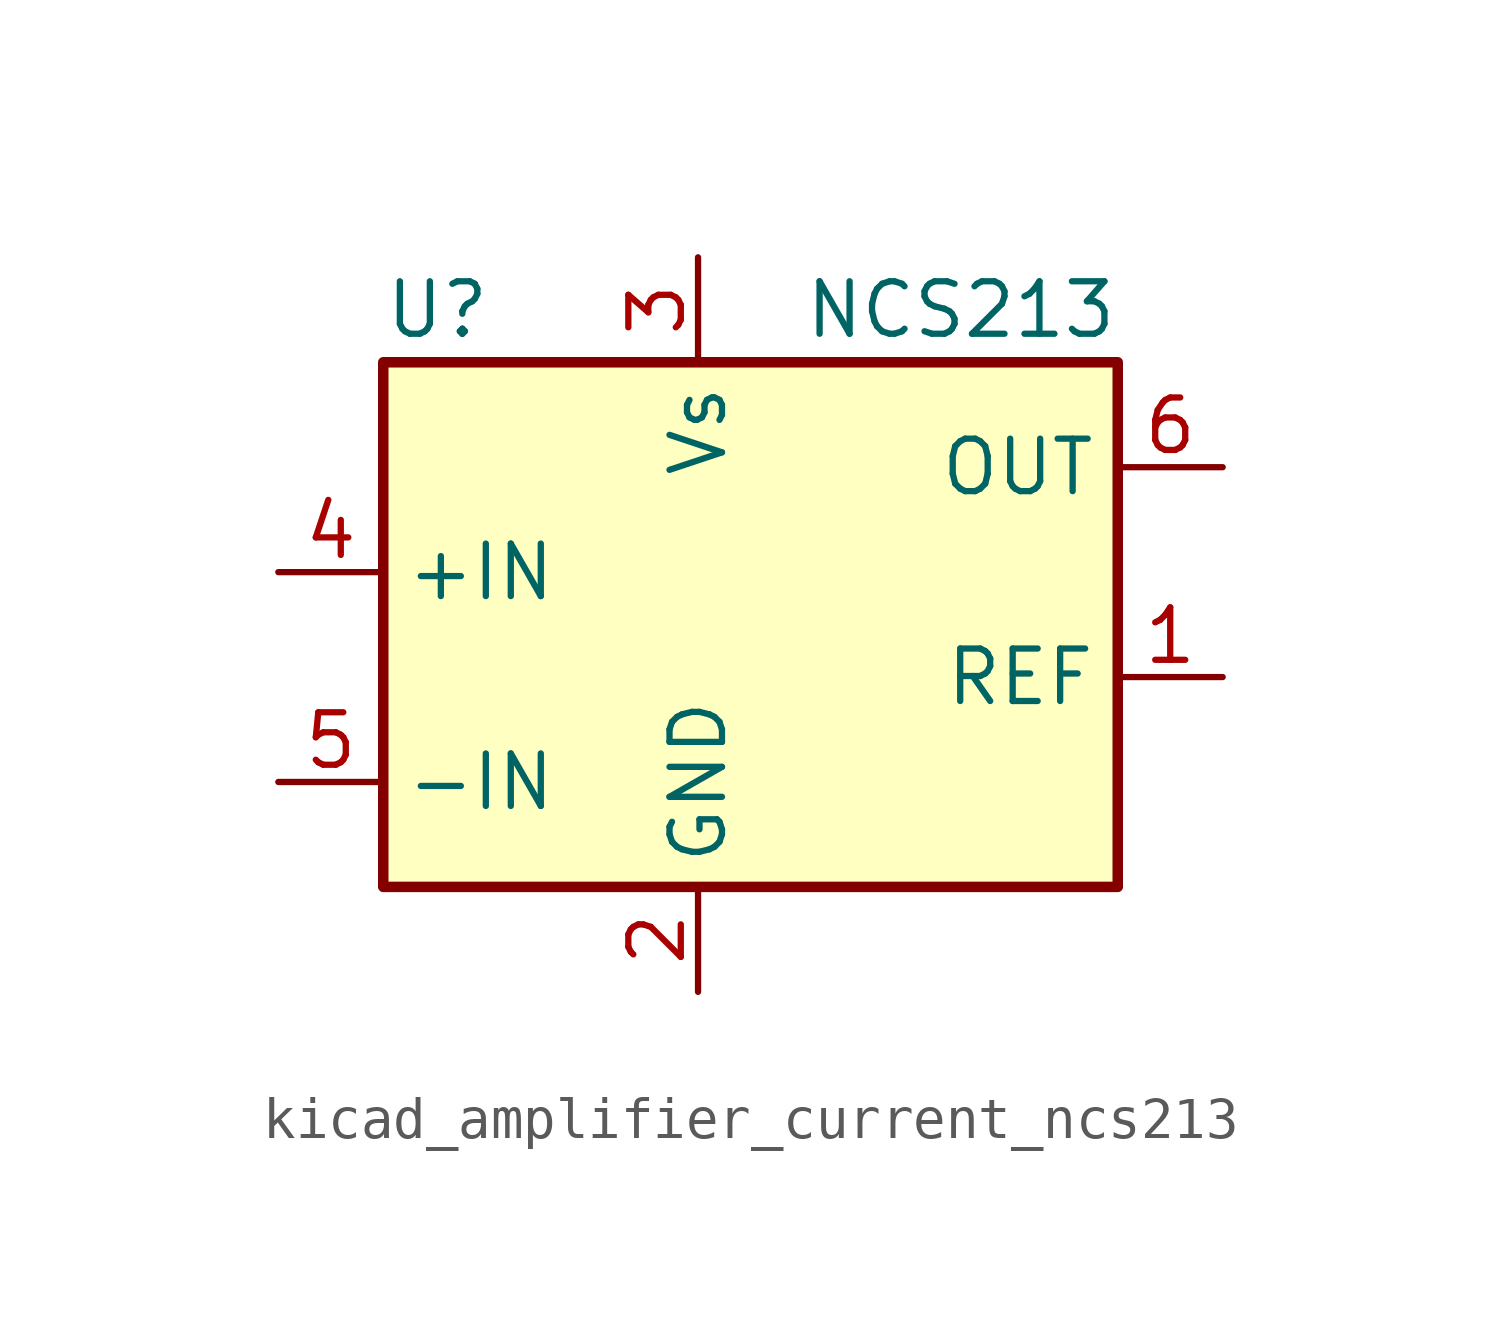
<source format=kicad_sym>
(kicad_symbol_lib
  (version 20220914)
  (generator kicad_symbol_editor)
  (symbol "kicad_amplifier_current_ncs213"
    (property "Reference" "U"
      (at -7.62 8.89 0)
      (effects (font (size 1.27 1.27)) (justify left)))
    (property "Value" "NCS213"
      (at 2.54 8.89 0)
      (effects (font (size 1.27 1.27)) (justify left)))
    (symbol "kicad_amplifier_current_ncs213_0_1"
      (rectangle (start -7.62 7.62) (end 10.16 -5.08) (stroke (width 0.254) (type default)) (fill (type background))))
    (symbol "kicad_amplifier_current_ncs213_1_1"
      (pin input line (at 12.7 0 180) (length 2.54) (name "REF" (effects (font (size 1.27 1.27)))) (number "1" (effects (font (size 1.27 1.27)))))
      (pin power_in line (at 0 -7.62 90) (length 2.54) (name "GND" (effects (font (size 1.27 1.27)))) (number "2" (effects (font (size 1.27 1.27)))))
      (pin power_in line (at 0 10.16 270) (length 2.54) (name "Vs" (effects (font (size 1.27 1.27)))) (number "3" (effects (font (size 1.27 1.27)))))
      (pin input line (at -10.16 2.54 0) (length 2.54) (name "+IN" (effects (font (size 1.27 1.27)))) (number "4" (effects (font (size 1.27 1.27)))))
      (pin input line (at -10.16 -2.54 0) (length 2.54) (name "-IN" (effects (font (size 1.27 1.27)))) (number "5" (effects (font (size 1.27 1.27)))))
      (pin output line (at 12.7 5.08 180) (length 2.54) (name "OUT" (effects (font (size 1.27 1.27)))) (number "6" (effects (font (size 1.27 1.27))))))))
</source>
